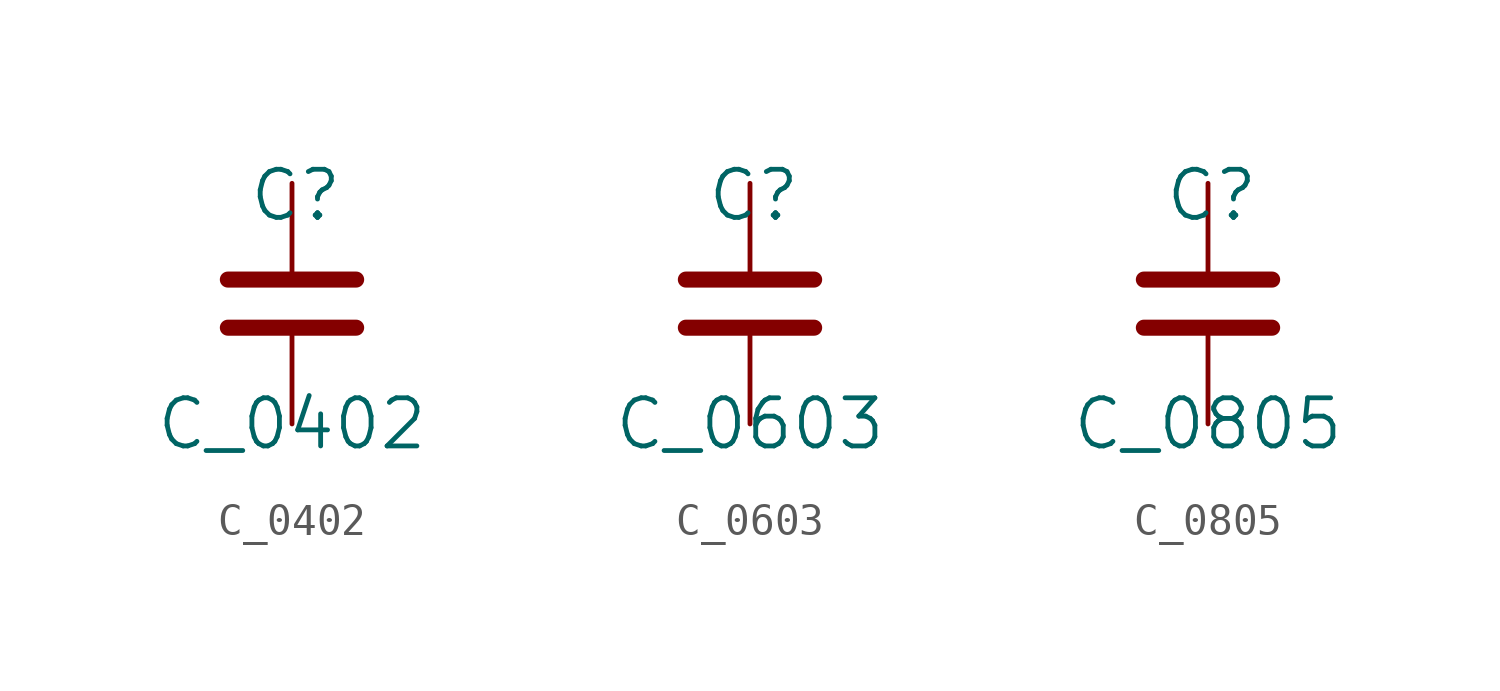
<source format=kicad_sym>
(kicad_symbol_lib
  (version 20211014)
  (generator kicad_symbol_editor)
  (symbol "C_0402"
    (pin_names
      (offset 0))
    (property "Reference" "C"
      (at -1.397 3.429 0)
      (effects (font (size 1.524 1.524)) (justify left)))
    (property "Value" "C_0402"
      (at 0 -3.81 0)
      (effects (font (size 1.524 1.524))))
    (property "Val" ""
      (at 0 -2.54 0)
      (effects (font (size 1.27 1.27))))
    (symbol "C_0402_1_1"
      (polyline (pts (xy -2.032 -0.762) (xy 2.032 -0.762)) (stroke (width 0.508) (type default) (color 0 0 0 0)) (fill (type none)))
      (polyline (pts (xy -2.032 0.762) (xy 2.032 0.762)) (stroke (width 0.508) (type default) (color 0 0 0 0)) (fill (type none)))
      (pin passive line (at 0 3.81 270) (length 2.794) (name "~" (effects (font (size 0 0)))) (number "1" (effects (font (size 0 0)))))
      (pin passive line (at 0 -3.81 90) (length 2.794) (name "~" (effects (font (size 0 0)))) (number "2" (effects (font (size 0 0)))))))
  (symbol "C_0603"
    (pin_names
      (offset 0))
    (property "Reference" "C"
      (at -1.397 3.429 0)
      (effects (font (size 1.524 1.524)) (justify left)))
    (property "Value" "C_0603"
      (at 0 -3.81 0)
      (effects (font (size 1.524 1.524))))
    (property "Val" ""
      (at 0 -2.54 0)
      (effects (font (size 1.27 1.27))))
    (symbol "C_0603_1_1"
      (polyline (pts (xy -2.032 -0.762) (xy 2.032 -0.762)) (stroke (width 0.508) (type default) (color 0 0 0 0)) (fill (type none)))
      (polyline (pts (xy -2.032 0.762) (xy 2.032 0.762)) (stroke (width 0.508) (type default) (color 0 0 0 0)) (fill (type none)))
      (pin passive line (at 0 3.81 270) (length 2.794) (name "~" (effects (font (size 0 0)))) (number "1" (effects (font (size 0 0)))))
      (pin passive line (at 0 -3.81 90) (length 2.794) (name "~" (effects (font (size 0 0)))) (number "2" (effects (font (size 0 0)))))))
  (symbol "C_0805"
    (pin_names
      (offset 0))
    (property "Reference" "C"
      (at -1.397 3.429 0)
      (effects (font (size 1.524 1.524)) (justify left)))
    (property "Value" "C_0805"
      (at 0 -3.81 0)
      (effects (font (size 1.524 1.524))))
    (property "Val" ""
      (at 0 -2.54 0)
      (effects (font (size 1.27 1.27))))
    (symbol "C_0805_1_1"
      (polyline (pts (xy -2.032 -0.762) (xy 2.032 -0.762)) (stroke (width 0.508) (type default) (color 0 0 0 0)) (fill (type none)))
      (polyline (pts (xy -2.032 0.762) (xy 2.032 0.762)) (stroke (width 0.508) (type default) (color 0 0 0 0)) (fill (type none)))
      (pin passive line (at 0 3.81 270) (length 2.794) (name "~" (effects (font (size 0 0)))) (number "1" (effects (font (size 0 0)))))
      (pin passive line (at 0 -3.81 90) (length 2.794) (name "~" (effects (font (size 0 0)))) (number "2" (effects (font (size 0 0))))))))
</source>
